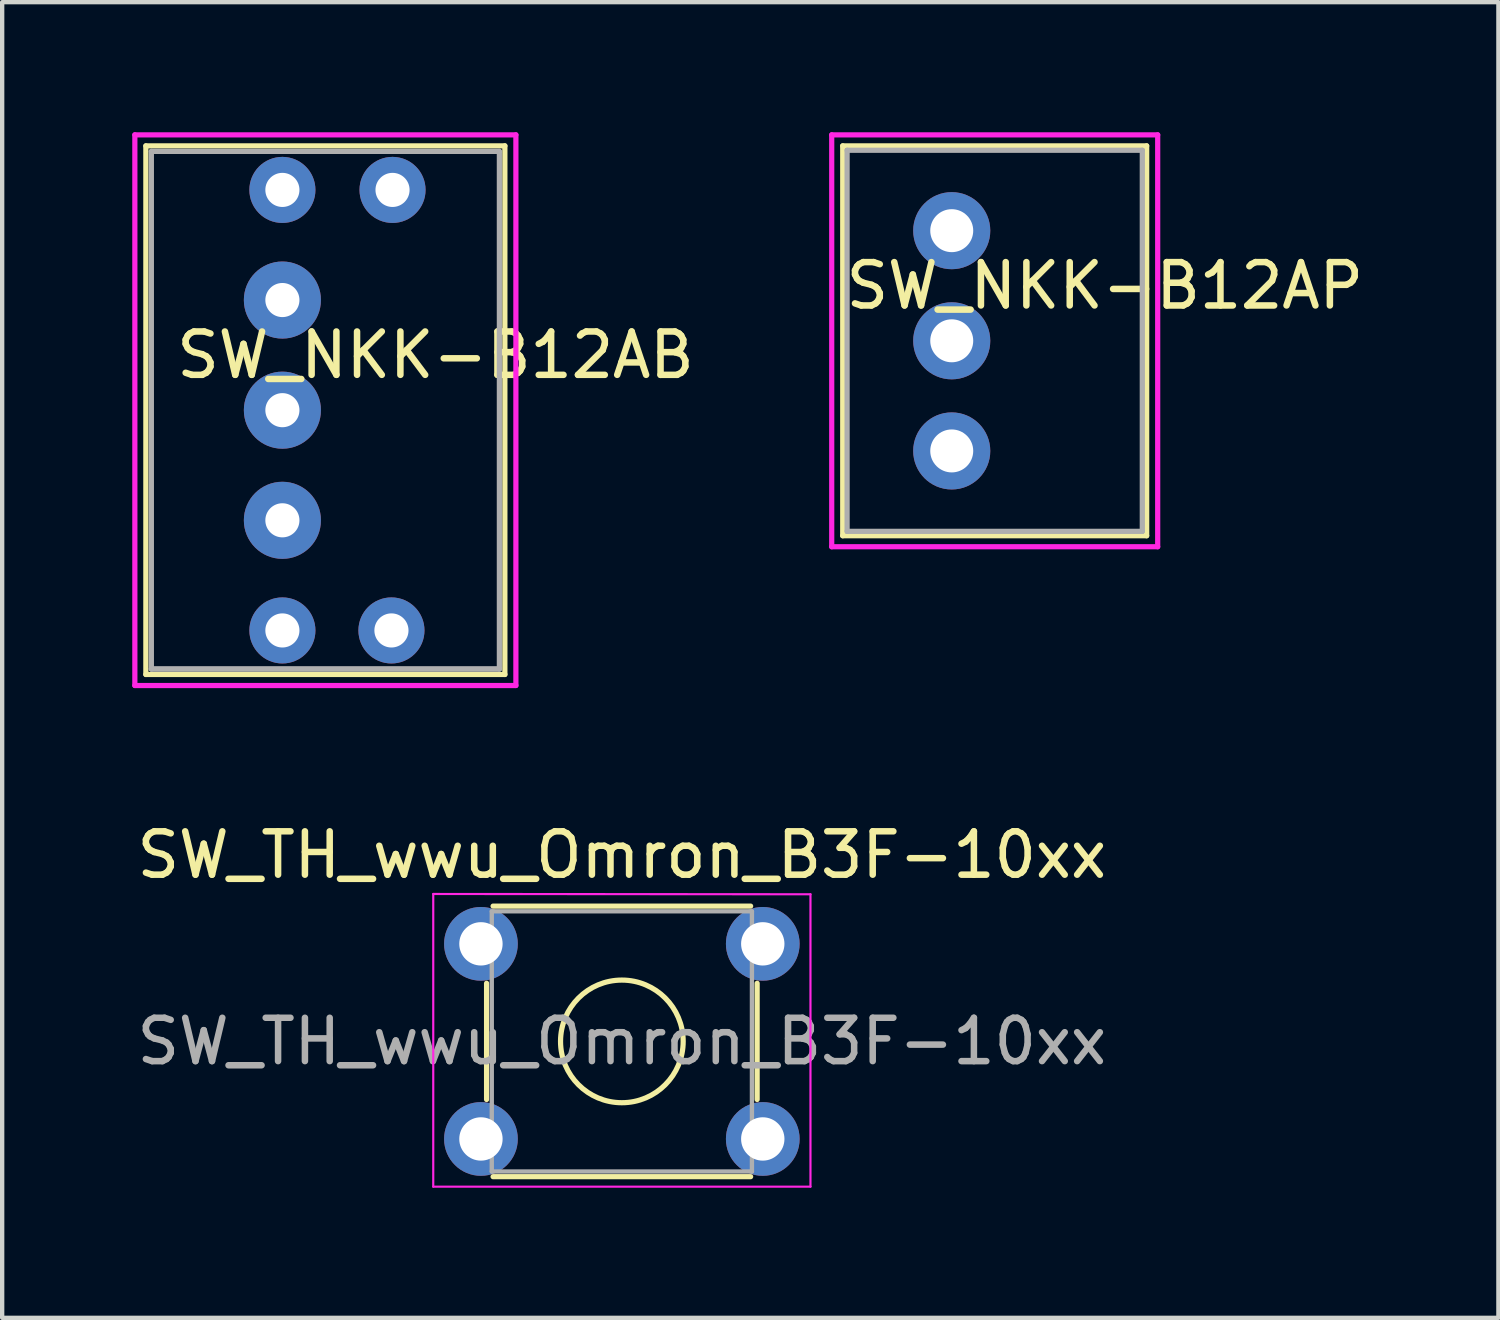
<source format=kicad_pcb>
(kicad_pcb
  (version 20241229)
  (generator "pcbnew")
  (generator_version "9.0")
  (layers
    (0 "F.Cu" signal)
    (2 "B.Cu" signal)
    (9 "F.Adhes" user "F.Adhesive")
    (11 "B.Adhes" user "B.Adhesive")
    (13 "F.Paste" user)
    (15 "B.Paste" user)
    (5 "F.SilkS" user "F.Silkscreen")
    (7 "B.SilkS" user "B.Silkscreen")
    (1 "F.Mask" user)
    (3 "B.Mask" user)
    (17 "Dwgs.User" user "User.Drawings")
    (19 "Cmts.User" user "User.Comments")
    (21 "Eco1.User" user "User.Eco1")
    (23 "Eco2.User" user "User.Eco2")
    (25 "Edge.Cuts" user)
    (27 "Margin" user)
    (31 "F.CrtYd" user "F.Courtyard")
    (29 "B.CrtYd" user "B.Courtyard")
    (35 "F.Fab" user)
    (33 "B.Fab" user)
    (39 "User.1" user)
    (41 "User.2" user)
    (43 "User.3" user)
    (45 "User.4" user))
  (footprint "SW_NKK-B12AP"
    (layer "F.Cu")
    (at 19.891 4.81)
    (property "Reference" "SW_NKK-B12AP" (at 2.54 -1.27 0) (layer "F.SilkS") (effects (font (size 1 1) (thickness 0.15))))
    (attr through_hole)
    (fp_line (start -3.505 -4.496) (end -3.505 4.496) (stroke (width 0.12) (type solid)) (layer "F.SilkS"))
    (fp_line (start -3.505 4.496) (end 3.505 4.496) (stroke (width 0.12) (type solid)) (layer "F.SilkS"))
    (fp_line (start 3.505 -4.496) (end -3.505 -4.496) (stroke (width 0.12) (type solid)) (layer "F.SilkS"))
    (fp_line (start 3.505 4.496) (end 3.505 -4.496) (stroke (width 0.12) (type solid)) (layer "F.SilkS"))
    (fp_line (start -3.759 -4.75) (end -3.759 4.75) (stroke (width 0.12) (type solid)) (layer "F.CrtYd"))
    (fp_line (start -3.759 4.75) (end 3.759 4.75) (stroke (width 0.12) (type solid)) (layer "F.CrtYd"))
    (fp_line (start 3.759 -4.75) (end -3.759 -4.75) (stroke (width 0.12) (type solid)) (layer "F.CrtYd"))
    (fp_line (start 3.759 4.75) (end 3.759 -4.75) (stroke (width 0.12) (type solid)) (layer "F.CrtYd"))
    (fp_line (start -3.404 -4.394) (end -3.404 4.394) (stroke (width 0.12) (type solid)) (layer "F.Fab"))
    (fp_line (start -3.404 4.394) (end 3.404 4.394) (stroke (width 0.12) (type solid)) (layer "F.Fab"))
    (fp_line (start 3.404 -4.394) (end -3.404 -4.394) (stroke (width 0.12) (type solid)) (layer "F.Fab"))
    (fp_line (start 3.404 4.394) (end 3.404 -4.394) (stroke (width 0.12) (type solid)) (layer "F.Fab"))
    (pad "1" thru_hole circle (at -0.991 -2.54) (size 1.778 1.778) (drill 0.991) (layers "*.Cu" "*.Mask"))
    (pad "2" thru_hole circle (at -0.991 0) (size 1.778 1.778) (drill 0.991) (layers "*.Cu" "*.Mask"))
    (pad "3" thru_hole circle (at -0.991 2.54) (size 1.778 1.778) (drill 0.991) (layers "*.Cu" "*.Mask")))
  (footprint "SW_NKK-B12AB"
    (layer "F.Cu")
    (at 4.454 6.41)
    (property "Reference" "SW_NKK-B12AB" (at 2.54 -1.27 0) (layer "F.SilkS") (effects (font (size 1 1) (thickness 0.15))))
    (attr through_hole)
    (fp_line (start -4.14 -6.096) (end -4.14 6.096) (stroke (width 0.12) (type solid)) (layer "F.SilkS"))
    (fp_line (start -4.14 -6.096) (end 4.14 -6.096) (stroke (width 0.12) (type solid)) (layer "F.SilkS"))
    (fp_line (start -4.14 6.096) (end 4.14 6.096) (stroke (width 0.12) (type solid)) (layer "F.SilkS"))
    (fp_line (start 4.14 6.096) (end 4.14 -6.096) (stroke (width 0.12) (type solid)) (layer "F.SilkS"))
    (fp_line (start -4.394 -6.35) (end -4.394 6.35) (stroke (width 0.12) (type solid)) (layer "F.CrtYd"))
    (fp_line (start -4.394 6.35) (end 4.394 6.35) (stroke (width 0.12) (type solid)) (layer "F.CrtYd"))
    (fp_line (start 4.394 -6.35) (end -4.394 -6.35) (stroke (width 0.12) (type solid)) (layer "F.CrtYd"))
    (fp_line (start 4.394 6.35) (end 4.394 -6.35) (stroke (width 0.12) (type solid)) (layer "F.CrtYd"))
    (fp_line (start -4.013 -5.969) (end -4.013 5.969) (stroke (width 0.12) (type solid)) (layer "F.Fab"))
    (fp_line (start -4.013 -5.969) (end 4.013 -5.969) (stroke (width 0.12) (type solid)) (layer "F.Fab"))
    (fp_line (start -4.013 5.969) (end 4.013 5.969) (stroke (width 0.12) (type solid)) (layer "F.Fab"))
    (fp_line (start 4.013 5.969) (end -4.013 5.969) (stroke (width 0.12) (type solid)) (layer "F.Fab"))
    (fp_line (start 4.013 5.969) (end 4.013 -5.969) (stroke (width 0.12) (type solid)) (layer "F.Fab"))
    (pad "1" thru_hole circle (at -0.991 -2.54) (size 1.778 1.778) (drill 0.787) (layers "*.Cu" "*.Mask"))
    (pad "2" thru_hole circle (at -0.991 0) (size 1.778 1.778) (drill 0.787) (layers "*.Cu" "*.Mask"))
    (pad "3" thru_hole circle (at -0.991 2.54) (size 1.778 1.778) (drill 0.787) (layers "*.Cu" "*.Mask"))
    (pad "4" thru_hole circle (at -0.991 -5.08) (size 1.524 1.524) (drill 0.787) (layers "*.Cu" "*.Mask"))
    (pad "5" thru_hole circle (at -0.991 5.08) (size 1.524 1.524) (drill 0.787) (layers "*.Cu" "*.Mask"))
    (pad "6" thru_hole circle (at 1.524 5.08) (size 1.524 1.524) (drill 0.787) (layers "*.Cu" "*.Mask"))
    (pad "7" thru_hole circle (at 1.549 -5.08) (size 1.524 1.524) (drill 0.787) (layers "*.Cu" "*.Mask")))
  (footprint "SW_TH_wwu_Omron_B3F-10xx"
    (layer "F.Cu")
    (at 8.042 18.718)
    (property "Reference" "SW_TH_wwu_Omron_B3F-10xx" (at 3.25 -2.05 0) (layer "F.SilkS") (effects (font (size 1 1) (thickness 0.15))))
    (attr through_hole)
    (fp_line (start 0.13 3.59) (end 0.13 0.91) (stroke (width 0.12) (type solid)) (layer "F.SilkS"))
    (fp_line (start 0.28 -0.87) (end 6.22 -0.87) (stroke (width 0.12) (type solid)) (layer "F.SilkS"))
    (fp_line (start 0.28 5.37) (end 6.22 5.37) (stroke (width 0.12) (type solid)) (layer "F.SilkS"))
    (fp_line (start 6.37 0.91) (end 6.37 3.59) (stroke (width 0.12) (type solid)) (layer "F.SilkS"))
    (fp_circle (center 3.25 2.25) (end 4.25 3.25) (stroke (width 0.12) (type solid)) (fill no) (layer "F.SilkS"))
    (fp_line (start -1.1 -1.15) (end -1.1 5.6) (stroke (width 0.05) (type solid)) (layer "F.CrtYd"))
    (fp_line (start -1.1 5.6) (end 7.6 5.6) (stroke (width 0.05) (type solid)) (layer "F.CrtYd"))
    (fp_line (start 7.6 -1.143) (end -1.1 -1.15) (stroke (width 0.05) (type solid)) (layer "F.CrtYd"))
    (fp_line (start 7.6 5.6) (end 7.6 -1.143) (stroke (width 0.05) (type solid)) (layer "F.CrtYd"))
    (fp_line (start 0.25 -0.75) (end 0.25 5.25) (stroke (width 0.1) (type solid)) (layer "F.Fab"))
    (fp_line (start 0.25 -0.75) (end 6.25 -0.75) (stroke (width 0.1) (type solid)) (layer "F.Fab"))
    (fp_line (start 0.25 5.25) (end 6.25 5.25) (stroke (width 0.1) (type solid)) (layer "F.Fab"))
    (fp_line (start 6.25 -0.75) (end 6.25 5.25) (stroke (width 0.1) (type solid)) (layer "F.Fab"))
    (fp_text user "${REFERENCE}" (at 3.25 2.25 0) (layer "F.Fab") (effects (font (size 1 1) (thickness 0.15))))
    (pad "1" thru_hole circle (at 0 0) (size 1.7 1.7) (drill 1) (layers "*.Cu" "*.Mask"))
    (pad "2" thru_hole circle (at 0 4.5) (size 1.7 1.7) (drill 1) (layers "*.Cu" "*.Mask"))
    (pad "3" thru_hole circle (at 6.5 0) (size 1.7 1.7) (drill 1) (layers "*.Cu" "*.Mask"))
    (pad "4" thru_hole circle (at 6.5 4.5) (size 1.7 1.7) (drill 1) (layers "*.Cu" "*.Mask")))
  (gr_rect
    (start -3 -3)
    (end 31.508 27.343)
    (stroke (width 0.1) (type default))
    (fill no)
    (layer "Edge.Cuts")))
</source>
